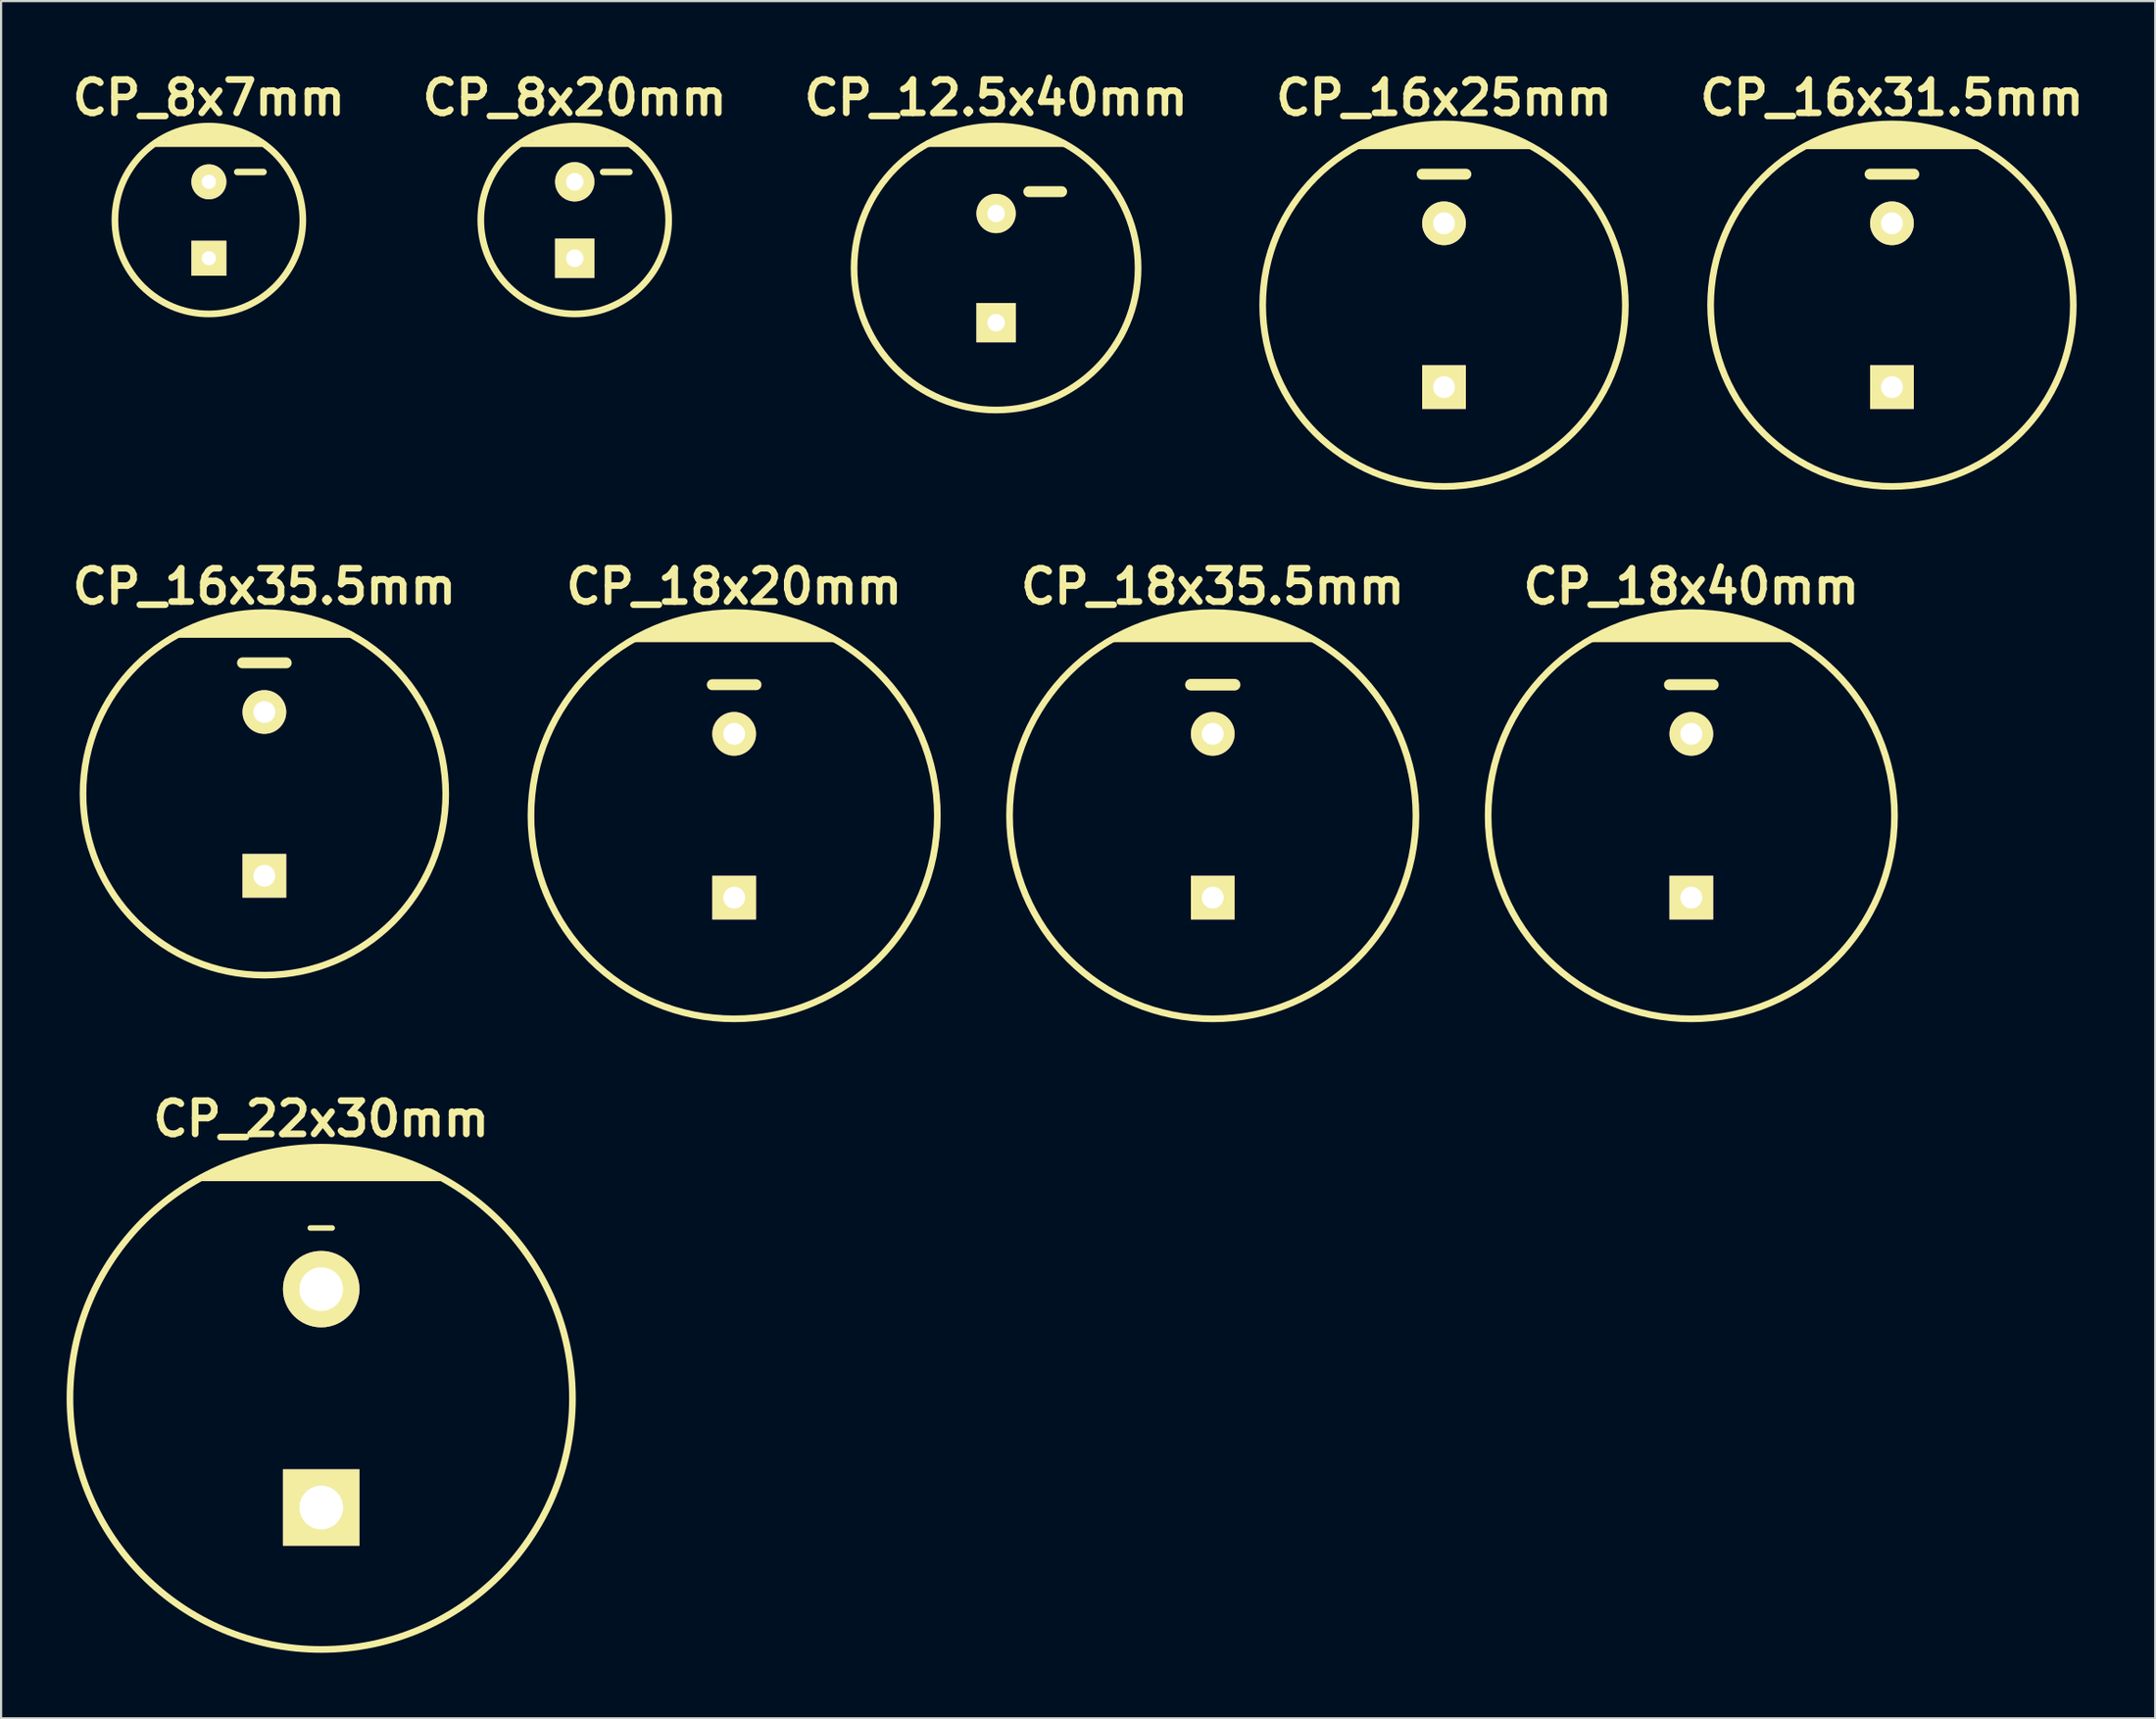
<source format=kicad_pcb>
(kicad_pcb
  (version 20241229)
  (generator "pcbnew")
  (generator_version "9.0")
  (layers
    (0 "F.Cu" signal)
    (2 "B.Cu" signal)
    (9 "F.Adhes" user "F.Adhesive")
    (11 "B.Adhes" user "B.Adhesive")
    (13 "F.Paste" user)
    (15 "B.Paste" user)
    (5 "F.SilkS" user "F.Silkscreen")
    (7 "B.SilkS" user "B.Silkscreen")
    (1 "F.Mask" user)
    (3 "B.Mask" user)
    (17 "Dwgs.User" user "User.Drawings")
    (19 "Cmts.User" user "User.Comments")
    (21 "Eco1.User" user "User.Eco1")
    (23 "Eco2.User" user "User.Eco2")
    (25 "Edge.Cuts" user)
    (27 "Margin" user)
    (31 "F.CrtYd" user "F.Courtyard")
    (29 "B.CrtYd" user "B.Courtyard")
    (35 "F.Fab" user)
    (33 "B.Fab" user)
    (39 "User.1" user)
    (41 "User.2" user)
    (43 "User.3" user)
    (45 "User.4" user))
  (footprint "CP_18x35.5mm"
    (layer "F.Cu")
    (at 52.457 34.305)
    (property "Reference" "CP_18x35.5mm" (at 0 -10.5 0) (layer "F.SilkS") (effects (font (size 1.524 1.524) (thickness 0.305))))
    (attr through_hole)
    (fp_line (start -4.5 -8.1) (end 4.5 -8.1) (stroke (width 0.305) (type solid)) (layer "F.SilkS"))
    (fp_line (start -4.1 -8.3) (end 4.1 -8.3) (stroke (width 0.305) (type solid)) (layer "F.SilkS"))
    (fp_line (start -3.2 -8.7) (end 3.2 -8.7) (stroke (width 0.305) (type solid)) (layer "F.SilkS"))
    (fp_line (start -1.8 -9.1) (end 1.8 -9.1) (stroke (width 0.305) (type solid)) (layer "F.SilkS"))
    (fp_line (start -1 -6) (end 1 -6) (stroke (width 0.53) (type solid)) (layer "F.SilkS"))
    (fp_line (start 2.6 -8.9) (end -2.6 -8.9) (stroke (width 0.305) (type solid)) (layer "F.SilkS"))
    (fp_line (start 3.7 -8.5) (end -3.7 -8.5) (stroke (width 0.305) (type solid)) (layer "F.SilkS"))
    (fp_circle (center 0 0) (end -9.3 0) (stroke (width 0.305) (type solid)) (fill no) (layer "F.SilkS"))
    (pad "1" thru_hole rect (at 0 3.75) (size 2 2) (drill 1) (layers "*.Cu" "*.Mask" "F.SilkS"))
    (pad "2" thru_hole circle (at 0 -3.75) (size 2 2) (drill 1) (layers "*.Cu" "*.Mask" "F.SilkS")))
  (footprint "CP_18x20mm"
    (layer "F.Cu")
    (at 30.552 34.305)
    (property "Reference" "CP_18x20mm" (at 0 -10.5 0) (layer "F.SilkS") (effects (font (size 1.524 1.524) (thickness 0.305))))
    (attr through_hole)
    (fp_line (start -4.5 -8.1) (end 4.5 -8.1) (stroke (width 0.305) (type solid)) (layer "F.SilkS"))
    (fp_line (start -4.1 -8.3) (end 4.1 -8.3) (stroke (width 0.305) (type solid)) (layer "F.SilkS"))
    (fp_line (start -3.2 -8.7) (end 3.2 -8.7) (stroke (width 0.305) (type solid)) (layer "F.SilkS"))
    (fp_line (start -1.8 -9.1) (end 1.8 -9.1) (stroke (width 0.305) (type solid)) (layer "F.SilkS"))
    (fp_line (start -1 -6) (end 1 -6) (stroke (width 0.5) (type solid)) (layer "F.SilkS"))
    (fp_line (start 2.6 -8.9) (end -2.6 -8.9) (stroke (width 0.305) (type solid)) (layer "F.SilkS"))
    (fp_line (start 3.7 -8.5) (end -3.7 -8.5) (stroke (width 0.305) (type solid)) (layer "F.SilkS"))
    (fp_circle (center 0 0) (end -9.3 0) (stroke (width 0.305) (type solid)) (fill no) (layer "F.SilkS"))
    (pad "1" thru_hole rect (at 0 3.75) (size 2 2) (drill 1) (layers "*.Cu" "*.Mask" "F.SilkS"))
    (pad "2" thru_hole circle (at 0 -3.75) (size 2 2) (drill 1) (layers "*.Cu" "*.Mask" "F.SilkS")))
  (footprint "CP_16x31.5mm"
    (layer "F.Cu")
    (at 83.544 10.926)
    (property "Reference" "CP_16x31.5mm" (at 0 -9.5 0) (layer "F.SilkS") (effects (font (size 1.524 1.524) (thickness 0.305))))
    (attr through_hole)
    (fp_line (start -3.4 -7.5) (end 3.4 -7.5) (stroke (width 0.305) (type solid)) (layer "F.SilkS"))
    (fp_line (start -2.4 -7.9) (end 2.4 -7.9) (stroke (width 0.305) (type solid)) (layer "F.SilkS"))
    (fp_line (start -1.7 -8.1) (end 1.7 -8.1) (stroke (width 0.305) (type solid)) (layer "F.SilkS"))
    (fp_line (start -1 -6) (end 1 -6) (stroke (width 0.5) (type solid)) (layer "F.SilkS"))
    (fp_line (start 3 -7.7) (end -2.9 -7.7) (stroke (width 0.305) (type solid)) (layer "F.SilkS"))
    (fp_line (start 3.9 -7.3) (end -3.9 -7.3) (stroke (width 0.305) (type solid)) (layer "F.SilkS"))
    (fp_circle (center 0 0) (end -8.3 0) (stroke (width 0.305) (type solid)) (fill no) (layer "F.SilkS"))
    (pad "1" thru_hole rect (at 0 3.75) (size 2 2) (drill 1) (layers "*.Cu" "*.Mask" "F.SilkS"))
    (pad "2" thru_hole circle (at 0 -3.75) (size 2 2) (drill 1) (layers "*.Cu" "*.Mask" "F.SilkS")))
  (footprint "CP_18x40mm"
    (layer "F.Cu")
    (at 74.361 34.305)
    (property "Reference" "CP_18x40mm" (at 0 -10.5 0) (layer "F.SilkS") (effects (font (size 1.524 1.524) (thickness 0.305))))
    (attr through_hole)
    (fp_line (start -4.5 -8.1) (end 4.5 -8.1) (stroke (width 0.305) (type solid)) (layer "F.SilkS"))
    (fp_line (start -4.1 -8.3) (end 4.1 -8.3) (stroke (width 0.305) (type solid)) (layer "F.SilkS"))
    (fp_line (start -3.2 -8.7) (end 3.2 -8.7) (stroke (width 0.305) (type solid)) (layer "F.SilkS"))
    (fp_line (start -1.8 -9.1) (end 1.8 -9.1) (stroke (width 0.305) (type solid)) (layer "F.SilkS"))
    (fp_line (start -1 -6) (end 1 -6) (stroke (width 0.5) (type solid)) (layer "F.SilkS"))
    (fp_line (start 2.6 -8.9) (end -2.6 -8.9) (stroke (width 0.305) (type solid)) (layer "F.SilkS"))
    (fp_line (start 3.7 -8.5) (end -3.7 -8.5) (stroke (width 0.305) (type solid)) (layer "F.SilkS"))
    (fp_circle (center 0 0) (end -9.3 0) (stroke (width 0.305) (type solid)) (fill no) (layer "F.SilkS"))
    (pad "1" thru_hole rect (at 0 3.75) (size 2 2) (drill 1) (layers "*.Cu" "*.Mask" "F.SilkS"))
    (pad "2" thru_hole circle (at 0 -3.75) (size 2 2) (drill 1) (layers "*.Cu" "*.Mask" "F.SilkS")))
  (footprint "CP_16x35.5mm"
    (layer "F.Cu")
    (at 9.05 33.305)
    (property "Reference" "CP_16x35.5mm" (at 0 -9.5 0) (layer "F.SilkS") (effects (font (size 1.524 1.524) (thickness 0.305))))
    (attr through_hole)
    (fp_line (start -3.4 -7.5) (end 3.4 -7.5) (stroke (width 0.305) (type solid)) (layer "F.SilkS"))
    (fp_line (start -2.4 -7.9) (end 2.4 -7.9) (stroke (width 0.305) (type solid)) (layer "F.SilkS"))
    (fp_line (start -1.7 -8.1) (end 1.7 -8.1) (stroke (width 0.305) (type solid)) (layer "F.SilkS"))
    (fp_line (start -1 -6) (end 1 -6) (stroke (width 0.5) (type solid)) (layer "F.SilkS"))
    (fp_line (start 3 -7.7) (end -2.9 -7.7) (stroke (width 0.305) (type solid)) (layer "F.SilkS"))
    (fp_line (start 3.9 -7.3) (end -3.9 -7.3) (stroke (width 0.305) (type solid)) (layer "F.SilkS"))
    (fp_circle (center 0 0) (end -8.3 0) (stroke (width 0.305) (type solid)) (fill no) (layer "F.SilkS"))
    (pad "1" thru_hole rect (at 0 3.75) (size 2 2) (drill 1) (layers "*.Cu" "*.Mask" "F.SilkS"))
    (pad "2" thru_hole circle (at 0 -3.75) (size 2 2) (drill 1) (layers "*.Cu" "*.Mask" "F.SilkS")))
  (footprint "CP_8x7mm"
    (layer "F.Cu")
    (at 6.51 7.026)
    (property "Reference" "CP_8x7mm" (at 0 -5.6 0) (layer "F.SilkS") (effects (font (size 1.524 1.524) (thickness 0.305))))
    (attr through_hole)
    (fp_line (start -2.4 -3.5) (end 2.4 -3.5) (stroke (width 0.305) (type solid)) (layer "F.SilkS"))
    (fp_line (start -1.8 -3.7) (end 1.8 -3.7) (stroke (width 0.305) (type solid)) (layer "F.SilkS"))
    (fp_line (start -1.4 -3.9) (end 1.4 -3.9) (stroke (width 0.305) (type solid)) (layer "F.SilkS"))
    (fp_line (start -0.8 -4.1) (end 0.9 -4.1) (stroke (width 0.305) (type solid)) (layer "F.SilkS"))
    (fp_line (start 1.3 -2.2) (end 2.5 -2.2) (stroke (width 0.3) (type solid)) (layer "F.SilkS"))
    (fp_circle (center 0 0) (end -4.3 0) (stroke (width 0.305) (type solid)) (fill no) (layer "F.SilkS"))
    (pad "1" thru_hole rect (at 0 1.75) (size 1.6 1.6) (drill 0.65) (layers "*.Cu" "*.Mask" "F.SilkS"))
    (pad "2" thru_hole circle (at 0 -1.75) (size 1.6 1.6) (drill 0.65) (layers "*.Cu" "*.Mask" "F.SilkS")))
  (footprint "CP_22x30mm"
    (layer "F.Cu")
    (at 11.652 60.984)
    (property "Reference" "CP_22x30mm" (at 0 -12.8 0) (layer "F.SilkS") (effects (font (size 1.524 1.524) (thickness 0.305))))
    (attr through_hole)
    (fp_line (start -5.4 -10.1) (end 5.4 -10.1) (stroke (width 0.305) (type solid)) (layer "F.SilkS"))
    (fp_line (start -4.5 -10.5) (end 4.5 -10.5) (stroke (width 0.305) (type solid)) (layer "F.SilkS"))
    (fp_line (start -3.5 -10.9) (end 3.5 -10.9) (stroke (width 0.305) (type solid)) (layer "F.SilkS"))
    (fp_line (start -2.9 -11.1) (end 2.9 -11.1) (stroke (width 0.305) (type solid)) (layer "F.SilkS"))
    (fp_line (start -2 -11.3) (end 2 -11.3) (stroke (width 0.305) (type solid)) (layer "F.SilkS"))
    (fp_line (start -0.5 -7.8) (end 0.5 -7.8) (stroke (width 0.254) (type solid)) (layer "F.SilkS"))
    (fp_line (start 4.1 -10.7) (end -4.1 -10.7) (stroke (width 0.305) (type solid)) (layer "F.SilkS"))
    (fp_line (start 5 -10.3) (end -5 -10.3) (stroke (width 0.305) (type solid)) (layer "F.SilkS"))
    (fp_circle (center 0 0) (end -11.5 0) (stroke (width 0.305) (type solid)) (fill no) (layer "F.SilkS"))
    (pad "1" thru_hole rect (at 0 5) (size 3.5 3.5) (drill 2) (layers "*.Cu" "*.Mask" "F.SilkS"))
    (pad "2" thru_hole circle (at 0 -5) (size 3.5 3.5) (drill 2) (layers "*.Cu" "*.Mask" "F.SilkS")))
  (footprint "CP_8x20mm"
    (layer "F.Cu")
    (at 23.255 7.026)
    (property "Reference" "CP_8x20mm" (at 0 -5.6 0) (layer "F.SilkS") (effects (font (size 1.524 1.524) (thickness 0.305))))
    (attr through_hole)
    (fp_line (start -2.4 -3.5) (end 2.4 -3.5) (stroke (width 0.305) (type solid)) (layer "F.SilkS"))
    (fp_line (start -1.8 -3.7) (end 1.8 -3.7) (stroke (width 0.305) (type solid)) (layer "F.SilkS"))
    (fp_line (start -1.4 -3.9) (end 1.4 -3.9) (stroke (width 0.305) (type solid)) (layer "F.SilkS"))
    (fp_line (start -0.8 -4.1) (end 0.9 -4.1) (stroke (width 0.305) (type solid)) (layer "F.SilkS"))
    (fp_line (start 1.3 -2.2) (end 2.5 -2.2) (stroke (width 0.3) (type solid)) (layer "F.SilkS"))
    (fp_circle (center 0 0) (end -4.3 0) (stroke (width 0.305) (type solid)) (fill no) (layer "F.SilkS"))
    (pad "1" thru_hole rect (at 0 1.75) (size 1.8 1.8) (drill 0.8) (layers "*.Cu" "*.Mask" "F.SilkS"))
    (pad "2" thru_hole circle (at 0 -1.75) (size 1.8 1.8) (drill 0.8) (layers "*.Cu" "*.Mask" "F.SilkS")))
  (footprint "CP_12.5x40mm"
    (layer "F.Cu")
    (at 42.54 9.226)
    (property "Reference" "CP_12.5x40mm" (at 0 -7.8 0) (layer "F.SilkS") (effects (font (size 1.524 1.524) (thickness 0.305))))
    (attr through_hole)
    (fp_line (start -3.1 -5.7) (end 3.1 -5.7) (stroke (width 0.305) (type solid)) (layer "F.SilkS"))
    (fp_line (start -1.4 -6.3) (end 1.4 -6.3) (stroke (width 0.305) (type solid)) (layer "F.SilkS"))
    (fp_line (start 1.5 -3.5) (end 3 -3.5) (stroke (width 0.5) (type solid)) (layer "F.SilkS"))
    (fp_line (start 2 -6.1) (end -2 -6.1) (stroke (width 0.305) (type solid)) (layer "F.SilkS"))
    (fp_line (start 2.4 -5.9) (end -2.4 -5.9) (stroke (width 0.305) (type solid)) (layer "F.SilkS"))
    (fp_circle (center 0 0) (end -6.5 0) (stroke (width 0.305) (type solid)) (fill no) (layer "F.SilkS"))
    (pad "1" thru_hole rect (at 0 2.5) (size 1.8 1.8) (drill 0.8) (layers "*.Cu" "*.Mask" "F.SilkS"))
    (pad "2" thru_hole circle (at 0 -2.5) (size 1.8 1.8) (drill 0.8) (layers "*.Cu" "*.Mask" "F.SilkS")))
  (footprint "CP_16x25mm"
    (layer "F.Cu")
    (at 63.042 10.926)
    (property "Reference" "CP_16x25mm" (at 0 -9.5 0) (layer "F.SilkS") (effects (font (size 1.524 1.524) (thickness 0.305))))
    (attr through_hole)
    (fp_line (start -3.4 -7.5) (end 3.4 -7.5) (stroke (width 0.305) (type solid)) (layer "F.SilkS"))
    (fp_line (start -2.4 -7.9) (end 2.4 -7.9) (stroke (width 0.305) (type solid)) (layer "F.SilkS"))
    (fp_line (start -1.7 -8.1) (end 1.7 -8.1) (stroke (width 0.305) (type solid)) (layer "F.SilkS"))
    (fp_line (start -1 -6) (end 1 -6) (stroke (width 0.5) (type solid)) (layer "F.SilkS"))
    (fp_line (start 3 -7.7) (end -2.9 -7.7) (stroke (width 0.305) (type solid)) (layer "F.SilkS"))
    (fp_line (start 3.9 -7.3) (end -3.9 -7.3) (stroke (width 0.305) (type solid)) (layer "F.SilkS"))
    (fp_circle (center 0 0) (end -8.3 0) (stroke (width 0.305) (type solid)) (fill no) (layer "F.SilkS"))
    (pad "1" thru_hole rect (at 0 3.75) (size 2 2) (drill 1) (layers "*.Cu" "*.Mask" "F.SilkS"))
    (pad "2" thru_hole circle (at 0 -3.75) (size 2 2) (drill 1) (layers "*.Cu" "*.Mask" "F.SilkS")))
  (gr_rect
    (start -3 -3)
    (end 95.593 75.637)
    (stroke (width 0.1) (type default))
    (fill no)
    (layer "Edge.Cuts")))
</source>
